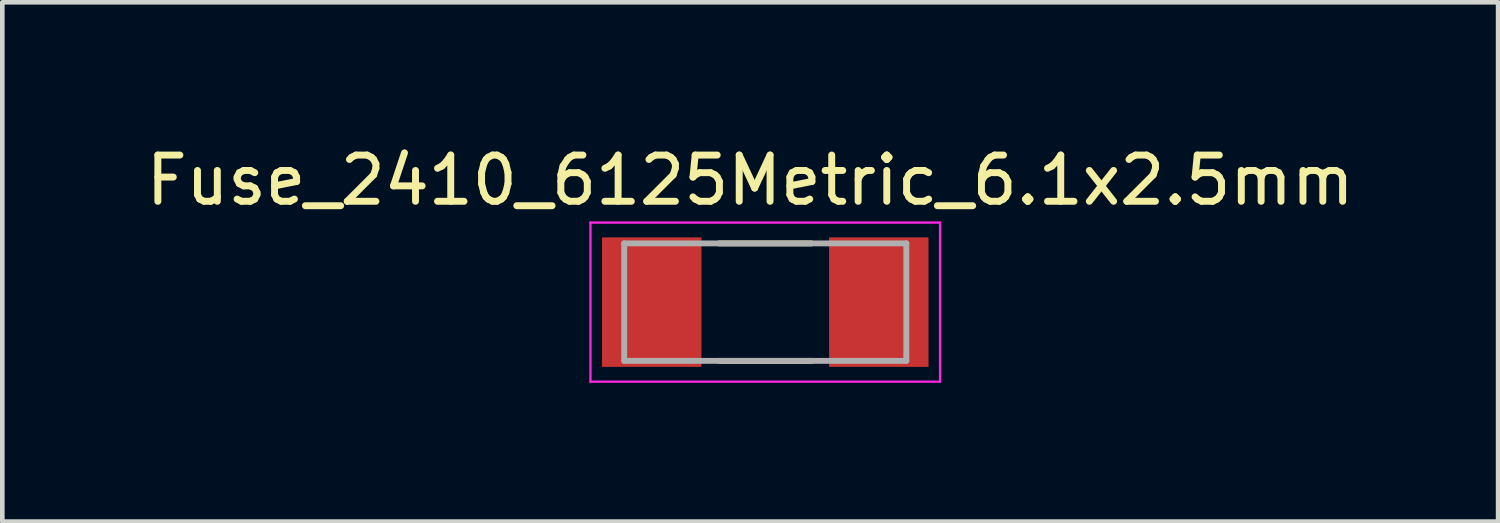
<source format=kicad_pcb>
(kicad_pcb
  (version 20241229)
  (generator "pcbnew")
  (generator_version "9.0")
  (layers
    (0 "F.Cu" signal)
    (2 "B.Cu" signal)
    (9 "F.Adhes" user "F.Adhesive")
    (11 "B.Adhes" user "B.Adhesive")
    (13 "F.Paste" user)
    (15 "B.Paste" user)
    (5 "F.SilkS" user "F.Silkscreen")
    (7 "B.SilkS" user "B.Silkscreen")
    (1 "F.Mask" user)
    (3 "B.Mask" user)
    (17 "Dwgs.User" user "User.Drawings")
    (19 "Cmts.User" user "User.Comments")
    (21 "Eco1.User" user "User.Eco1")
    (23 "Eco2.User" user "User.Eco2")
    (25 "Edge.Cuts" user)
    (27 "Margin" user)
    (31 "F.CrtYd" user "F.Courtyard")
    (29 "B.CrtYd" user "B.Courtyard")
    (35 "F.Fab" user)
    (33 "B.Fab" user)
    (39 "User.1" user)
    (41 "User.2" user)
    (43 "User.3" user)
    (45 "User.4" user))
  (footprint "Fuse_2410_6125Metric_6.1x2.5mm"
    (layer "F.Cu")
    (at 13.498 3.483)
    (property "Reference" "Fuse_2410_6125Metric_6.1x2.5mm" (at -0.325 -2.635 0) (layer "F.SilkS") (effects (font (size 1 1) (thickness 0.15))))
    (attr smd)
    (fp_line (start -1 -1.27) (end 1 -1.27) (stroke (width 0.127) (type solid)) (layer "F.SilkS"))
    (fp_line (start 1 1.27) (end -1 1.27) (stroke (width 0.127) (type solid)) (layer "F.SilkS"))
    (fp_line (start -3.78 -1.72) (end 3.78 -1.72) (stroke (width 0.05) (type solid)) (layer "F.CrtYd"))
    (fp_line (start -3.78 1.72) (end -3.78 -1.72) (stroke (width 0.05) (type solid)) (layer "F.CrtYd"))
    (fp_line (start 3.78 -1.72) (end 3.78 1.72) (stroke (width 0.05) (type solid)) (layer "F.CrtYd"))
    (fp_line (start 3.78 1.72) (end -3.78 1.72) (stroke (width 0.05) (type solid)) (layer "F.CrtYd"))
    (fp_line (start -3.05 -1.27) (end 3.05 -1.27) (stroke (width 0.127) (type solid)) (layer "F.Fab"))
    (fp_line (start -3.05 1.27) (end -3.05 -1.27) (stroke (width 0.127) (type solid)) (layer "F.Fab"))
    (fp_line (start 3.05 -1.27) (end 3.05 1.27) (stroke (width 0.127) (type solid)) (layer "F.Fab"))
    (fp_line (start 3.05 1.27) (end -3.05 1.27) (stroke (width 0.127) (type solid)) (layer "F.Fab"))
    (pad "1" smd rect (at -2.455 0) (size 2.15 2.8) (layers "F.Cu" "F.Mask" "F.Paste"))
    (pad "2" smd rect (at 2.455 0) (size 2.15 2.8) (layers "F.Cu" "F.Mask" "F.Paste")))
  (gr_rect
    (start -3 -3)
    (end 29.345 8.228)
    (stroke (width 0.1) (type default))
    (fill no)
    (layer "Edge.Cuts")))
</source>
